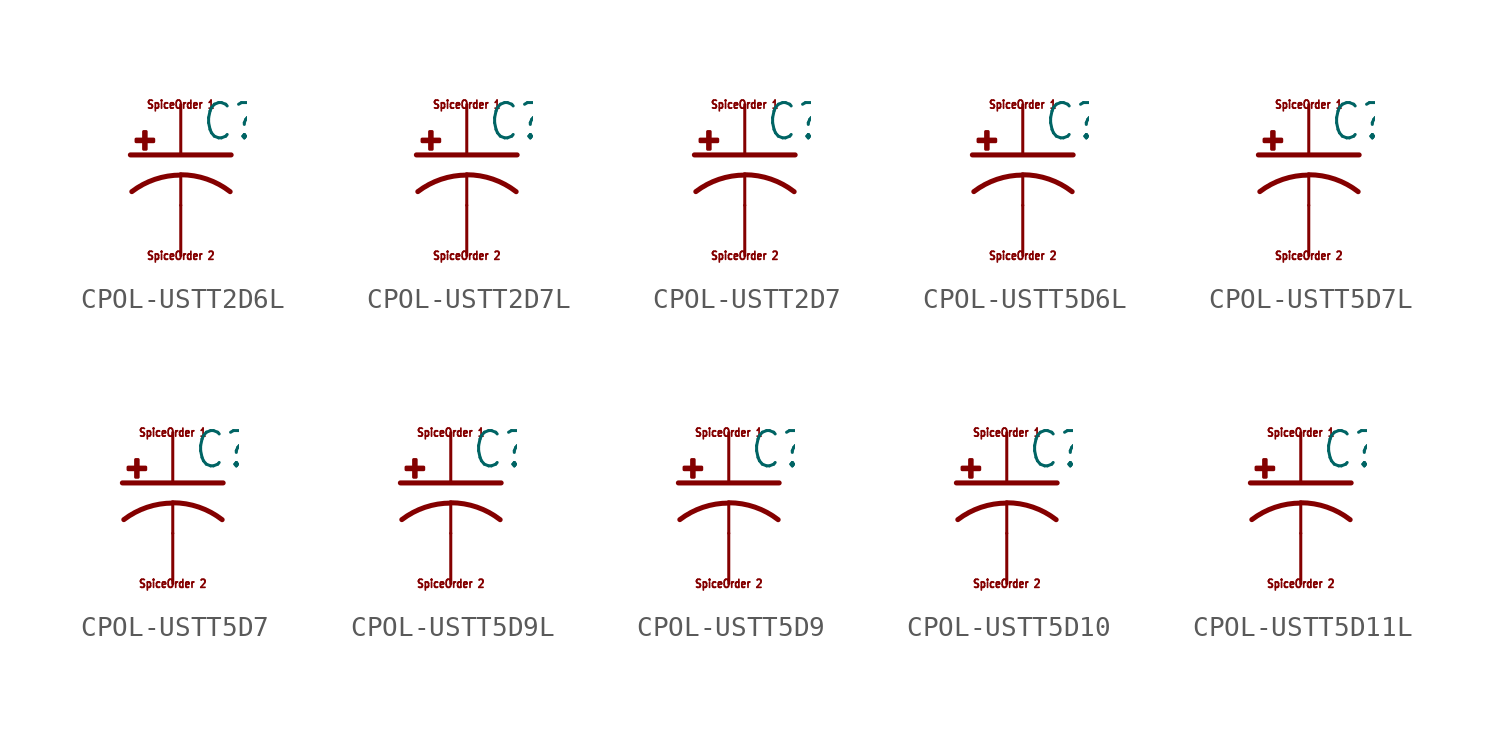
<source format=kicad_sym>
(kicad_symbol_lib
  (version 20231120)
  (generator "kicad_symbol_editor")
  (generator_version "8.0")
  (symbol "CPOL-USTT2D6L"
    (property "Reference" "C"
      (at 1.016 0.635 0)
      (effects (font (size 1.778 1.511)) (justify left bottom)))
    (property "Value" ""
      (at 1.016 -4.191 0)
      (effects (font (size 1.778 1.511)) (justify left bottom)))
    (property "ki_locked" ""
      (at 0 0 0)
      (effects (font (size 1.27 1.27))))
    (symbol "CPOL-USTT2D6L_1_0"
      (rectangle (start -2.253 0.668) (end -1.364 0.795) (stroke (width 0) (type default)) (fill (type outline)))
      (rectangle (start -1.872 0.287) (end -1.745 1.176) (stroke (width 0) (type default)) (fill (type outline)))
      (arc (start 0 -1.0161) (mid -1.3021 -1.2303) (end -2.4669 -1.8504) (stroke (width 0.254) (type solid)) (fill (type none)))
      (polyline (pts (xy -2.54 0) (xy 2.54 0)) (stroke (width 0.254) (type solid)) (fill (type none)))
      (polyline (pts (xy 0 -1.016) (xy 0 -2.54)) (stroke (width 0.152) (type solid)) (fill (type none)))
      (arc (start 2.4892 -1.8541) (mid 1.3158 -1.2194) (end 0 -1) (stroke (width 0.254) (type solid)) (fill (type none)))
      (text "SpiceOrder 1" (at 0 2.54 0) (effects (font (size 0.406 0.345))))
      (text "SpiceOrder 2" (at 0 -5.08 0) (effects (font (size 0.406 0.345))))
      (pin passive line (at 0 2.54 270) (length 2.54) (name "+" (effects (font (size 0 0)))) (number "+" (effects (font (size 0 0)))))
      (pin passive line (at 0 -5.08 90) (length 2.54) (name "-" (effects (font (size 0 0)))) (number "-" (effects (font (size 0 0)))))))
  (symbol "CPOL-USTT2D7L"
    (property "Reference" "C"
      (at 1.016 0.635 0)
      (effects (font (size 1.778 1.511)) (justify left bottom)))
    (property "Value" ""
      (at 1.016 -4.191 0)
      (effects (font (size 1.778 1.511)) (justify left bottom)))
    (property "ki_locked" ""
      (at 0 0 0)
      (effects (font (size 1.27 1.27))))
    (symbol "CPOL-USTT2D7L_1_0"
      (rectangle (start -2.253 0.668) (end -1.364 0.795) (stroke (width 0) (type default)) (fill (type outline)))
      (rectangle (start -1.872 0.287) (end -1.745 1.176) (stroke (width 0) (type default)) (fill (type outline)))
      (arc (start 0 -1.0161) (mid -1.3021 -1.2303) (end -2.4669 -1.8504) (stroke (width 0.254) (type solid)) (fill (type none)))
      (polyline (pts (xy -2.54 0) (xy 2.54 0)) (stroke (width 0.254) (type solid)) (fill (type none)))
      (polyline (pts (xy 0 -1.016) (xy 0 -2.54)) (stroke (width 0.152) (type solid)) (fill (type none)))
      (arc (start 2.4892 -1.8541) (mid 1.3158 -1.2194) (end 0 -1) (stroke (width 0.254) (type solid)) (fill (type none)))
      (text "SpiceOrder 1" (at 0 2.54 0) (effects (font (size 0.406 0.345))))
      (text "SpiceOrder 2" (at 0 -5.08 0) (effects (font (size 0.406 0.345))))
      (pin passive line (at 0 2.54 270) (length 2.54) (name "+" (effects (font (size 0 0)))) (number "+" (effects (font (size 0 0)))))
      (pin passive line (at 0 -5.08 90) (length 2.54) (name "-" (effects (font (size 0 0)))) (number "-" (effects (font (size 0 0)))))))
  (symbol "CPOL-USTT2D7"
    (property "Reference" "C"
      (at 1.016 0.635 0)
      (effects (font (size 1.778 1.511)) (justify left bottom)))
    (property "Value" ""
      (at 1.016 -4.191 0)
      (effects (font (size 1.778 1.511)) (justify left bottom)))
    (property "ki_locked" ""
      (at 0 0 0)
      (effects (font (size 1.27 1.27))))
    (symbol "CPOL-USTT2D7_1_0"
      (rectangle (start -2.253 0.668) (end -1.364 0.795) (stroke (width 0) (type default)) (fill (type outline)))
      (rectangle (start -1.872 0.287) (end -1.745 1.176) (stroke (width 0) (type default)) (fill (type outline)))
      (arc (start 0 -1.0161) (mid -1.3021 -1.2303) (end -2.4669 -1.8504) (stroke (width 0.254) (type solid)) (fill (type none)))
      (polyline (pts (xy -2.54 0) (xy 2.54 0)) (stroke (width 0.254) (type solid)) (fill (type none)))
      (polyline (pts (xy 0 -1.016) (xy 0 -2.54)) (stroke (width 0.152) (type solid)) (fill (type none)))
      (arc (start 2.4892 -1.8541) (mid 1.3158 -1.2194) (end 0 -1) (stroke (width 0.254) (type solid)) (fill (type none)))
      (text "SpiceOrder 1" (at 0 2.54 0) (effects (font (size 0.406 0.345))))
      (text "SpiceOrder 2" (at 0 -5.08 0) (effects (font (size 0.406 0.345))))
      (pin passive line (at 0 2.54 270) (length 2.54) (name "+" (effects (font (size 0 0)))) (number "+" (effects (font (size 0 0)))))
      (pin passive line (at 0 -5.08 90) (length 2.54) (name "-" (effects (font (size 0 0)))) (number "-" (effects (font (size 0 0)))))))
  (symbol "CPOL-USTT5D6L"
    (property "Reference" "C"
      (at 1.016 0.635 0)
      (effects (font (size 1.778 1.511)) (justify left bottom)))
    (property "Value" ""
      (at 1.016 -4.191 0)
      (effects (font (size 1.778 1.511)) (justify left bottom)))
    (property "ki_locked" ""
      (at 0 0 0)
      (effects (font (size 1.27 1.27))))
    (symbol "CPOL-USTT5D6L_1_0"
      (rectangle (start -2.253 0.668) (end -1.364 0.795) (stroke (width 0) (type default)) (fill (type outline)))
      (rectangle (start -1.872 0.287) (end -1.745 1.176) (stroke (width 0) (type default)) (fill (type outline)))
      (arc (start 0 -1.0161) (mid -1.3021 -1.2303) (end -2.4669 -1.8504) (stroke (width 0.254) (type solid)) (fill (type none)))
      (polyline (pts (xy -2.54 0) (xy 2.54 0)) (stroke (width 0.254) (type solid)) (fill (type none)))
      (polyline (pts (xy 0 -1.016) (xy 0 -2.54)) (stroke (width 0.152) (type solid)) (fill (type none)))
      (arc (start 2.4892 -1.8541) (mid 1.3158 -1.2194) (end 0 -1) (stroke (width 0.254) (type solid)) (fill (type none)))
      (text "SpiceOrder 1" (at 0 2.54 0) (effects (font (size 0.406 0.345))))
      (text "SpiceOrder 2" (at 0 -5.08 0) (effects (font (size 0.406 0.345))))
      (pin passive line (at 0 2.54 270) (length 2.54) (name "+" (effects (font (size 0 0)))) (number "+" (effects (font (size 0 0)))))
      (pin passive line (at 0 -5.08 90) (length 2.54) (name "-" (effects (font (size 0 0)))) (number "-" (effects (font (size 0 0)))))))
  (symbol "CPOL-USTT5D7L"
    (property "Reference" "C"
      (at 1.016 0.635 0)
      (effects (font (size 1.778 1.511)) (justify left bottom)))
    (property "Value" ""
      (at 1.016 -4.191 0)
      (effects (font (size 1.778 1.511)) (justify left bottom)))
    (property "ki_locked" ""
      (at 0 0 0)
      (effects (font (size 1.27 1.27))))
    (symbol "CPOL-USTT5D7L_1_0"
      (rectangle (start -2.253 0.668) (end -1.364 0.795) (stroke (width 0) (type default)) (fill (type outline)))
      (rectangle (start -1.872 0.287) (end -1.745 1.176) (stroke (width 0) (type default)) (fill (type outline)))
      (arc (start 0 -1.0161) (mid -1.3021 -1.2303) (end -2.4669 -1.8504) (stroke (width 0.254) (type solid)) (fill (type none)))
      (polyline (pts (xy -2.54 0) (xy 2.54 0)) (stroke (width 0.254) (type solid)) (fill (type none)))
      (polyline (pts (xy 0 -1.016) (xy 0 -2.54)) (stroke (width 0.152) (type solid)) (fill (type none)))
      (arc (start 2.4892 -1.8541) (mid 1.3158 -1.2194) (end 0 -1) (stroke (width 0.254) (type solid)) (fill (type none)))
      (text "SpiceOrder 1" (at 0 2.54 0) (effects (font (size 0.406 0.345))))
      (text "SpiceOrder 2" (at 0 -5.08 0) (effects (font (size 0.406 0.345))))
      (pin passive line (at 0 2.54 270) (length 2.54) (name "+" (effects (font (size 0 0)))) (number "+" (effects (font (size 0 0)))))
      (pin passive line (at 0 -5.08 90) (length 2.54) (name "-" (effects (font (size 0 0)))) (number "-" (effects (font (size 0 0)))))))
  (symbol "CPOL-USTT5D7"
    (property "Reference" "C"
      (at 1.016 0.635 0)
      (effects (font (size 1.778 1.511)) (justify left bottom)))
    (property "Value" ""
      (at 1.016 -4.191 0)
      (effects (font (size 1.778 1.511)) (justify left bottom)))
    (property "ki_locked" ""
      (at 0 0 0)
      (effects (font (size 1.27 1.27))))
    (symbol "CPOL-USTT5D7_1_0"
      (rectangle (start -2.253 0.668) (end -1.364 0.795) (stroke (width 0) (type default)) (fill (type outline)))
      (rectangle (start -1.872 0.287) (end -1.745 1.176) (stroke (width 0) (type default)) (fill (type outline)))
      (arc (start 0 -1.0161) (mid -1.3021 -1.2303) (end -2.4669 -1.8504) (stroke (width 0.254) (type solid)) (fill (type none)))
      (polyline (pts (xy -2.54 0) (xy 2.54 0)) (stroke (width 0.254) (type solid)) (fill (type none)))
      (polyline (pts (xy 0 -1.016) (xy 0 -2.54)) (stroke (width 0.152) (type solid)) (fill (type none)))
      (arc (start 2.4892 -1.8541) (mid 1.3158 -1.2194) (end 0 -1) (stroke (width 0.254) (type solid)) (fill (type none)))
      (text "SpiceOrder 1" (at 0 2.54 0) (effects (font (size 0.406 0.345))))
      (text "SpiceOrder 2" (at 0 -5.08 0) (effects (font (size 0.406 0.345))))
      (pin passive line (at 0 2.54 270) (length 2.54) (name "+" (effects (font (size 0 0)))) (number "+" (effects (font (size 0 0)))))
      (pin passive line (at 0 -5.08 90) (length 2.54) (name "-" (effects (font (size 0 0)))) (number "-" (effects (font (size 0 0)))))))
  (symbol "CPOL-USTT5D9L"
    (property "Reference" "C"
      (at 1.016 0.635 0)
      (effects (font (size 1.778 1.511)) (justify left bottom)))
    (property "Value" ""
      (at 1.016 -4.191 0)
      (effects (font (size 1.778 1.511)) (justify left bottom)))
    (property "ki_locked" ""
      (at 0 0 0)
      (effects (font (size 1.27 1.27))))
    (symbol "CPOL-USTT5D9L_1_0"
      (rectangle (start -2.253 0.668) (end -1.364 0.795) (stroke (width 0) (type default)) (fill (type outline)))
      (rectangle (start -1.872 0.287) (end -1.745 1.176) (stroke (width 0) (type default)) (fill (type outline)))
      (arc (start 0 -1.0161) (mid -1.3021 -1.2303) (end -2.4669 -1.8504) (stroke (width 0.254) (type solid)) (fill (type none)))
      (polyline (pts (xy -2.54 0) (xy 2.54 0)) (stroke (width 0.254) (type solid)) (fill (type none)))
      (polyline (pts (xy 0 -1.016) (xy 0 -2.54)) (stroke (width 0.152) (type solid)) (fill (type none)))
      (arc (start 2.4892 -1.8541) (mid 1.3158 -1.2194) (end 0 -1) (stroke (width 0.254) (type solid)) (fill (type none)))
      (text "SpiceOrder 1" (at 0 2.54 0) (effects (font (size 0.406 0.345))))
      (text "SpiceOrder 2" (at 0 -5.08 0) (effects (font (size 0.406 0.345))))
      (pin passive line (at 0 2.54 270) (length 2.54) (name "+" (effects (font (size 0 0)))) (number "+" (effects (font (size 0 0)))))
      (pin passive line (at 0 -5.08 90) (length 2.54) (name "-" (effects (font (size 0 0)))) (number "-" (effects (font (size 0 0)))))))
  (symbol "CPOL-USTT5D9"
    (property "Reference" "C"
      (at 1.016 0.635 0)
      (effects (font (size 1.778 1.511)) (justify left bottom)))
    (property "Value" ""
      (at 1.016 -4.191 0)
      (effects (font (size 1.778 1.511)) (justify left bottom)))
    (property "ki_locked" ""
      (at 0 0 0)
      (effects (font (size 1.27 1.27))))
    (symbol "CPOL-USTT5D9_1_0"
      (rectangle (start -2.253 0.668) (end -1.364 0.795) (stroke (width 0) (type default)) (fill (type outline)))
      (rectangle (start -1.872 0.287) (end -1.745 1.176) (stroke (width 0) (type default)) (fill (type outline)))
      (arc (start 0 -1.0161) (mid -1.3021 -1.2303) (end -2.4669 -1.8504) (stroke (width 0.254) (type solid)) (fill (type none)))
      (polyline (pts (xy -2.54 0) (xy 2.54 0)) (stroke (width 0.254) (type solid)) (fill (type none)))
      (polyline (pts (xy 0 -1.016) (xy 0 -2.54)) (stroke (width 0.152) (type solid)) (fill (type none)))
      (arc (start 2.4892 -1.8541) (mid 1.3158 -1.2194) (end 0 -1) (stroke (width 0.254) (type solid)) (fill (type none)))
      (text "SpiceOrder 1" (at 0 2.54 0) (effects (font (size 0.406 0.345))))
      (text "SpiceOrder 2" (at 0 -5.08 0) (effects (font (size 0.406 0.345))))
      (pin passive line (at 0 2.54 270) (length 2.54) (name "+" (effects (font (size 0 0)))) (number "+" (effects (font (size 0 0)))))
      (pin passive line (at 0 -5.08 90) (length 2.54) (name "-" (effects (font (size 0 0)))) (number "-" (effects (font (size 0 0)))))))
  (symbol "CPOL-USTT5D10"
    (property "Reference" "C"
      (at 1.016 0.635 0)
      (effects (font (size 1.778 1.511)) (justify left bottom)))
    (property "Value" ""
      (at 1.016 -4.191 0)
      (effects (font (size 1.778 1.511)) (justify left bottom)))
    (property "ki_locked" ""
      (at 0 0 0)
      (effects (font (size 1.27 1.27))))
    (symbol "CPOL-USTT5D10_1_0"
      (rectangle (start -2.253 0.668) (end -1.364 0.795) (stroke (width 0) (type default)) (fill (type outline)))
      (rectangle (start -1.872 0.287) (end -1.745 1.176) (stroke (width 0) (type default)) (fill (type outline)))
      (arc (start 0 -1.0161) (mid -1.3021 -1.2303) (end -2.4669 -1.8504) (stroke (width 0.254) (type solid)) (fill (type none)))
      (polyline (pts (xy -2.54 0) (xy 2.54 0)) (stroke (width 0.254) (type solid)) (fill (type none)))
      (polyline (pts (xy 0 -1.016) (xy 0 -2.54)) (stroke (width 0.152) (type solid)) (fill (type none)))
      (arc (start 2.4892 -1.8541) (mid 1.3158 -1.2194) (end 0 -1) (stroke (width 0.254) (type solid)) (fill (type none)))
      (text "SpiceOrder 1" (at 0 2.54 0) (effects (font (size 0.406 0.345))))
      (text "SpiceOrder 2" (at 0 -5.08 0) (effects (font (size 0.406 0.345))))
      (pin passive line (at 0 2.54 270) (length 2.54) (name "+" (effects (font (size 0 0)))) (number "+" (effects (font (size 0 0)))))
      (pin passive line (at 0 -5.08 90) (length 2.54) (name "-" (effects (font (size 0 0)))) (number "-" (effects (font (size 0 0)))))))
  (symbol "CPOL-USTT5D11L"
    (property "Reference" "C"
      (at 1.016 0.635 0)
      (effects (font (size 1.778 1.511)) (justify left bottom)))
    (property "Value" ""
      (at 1.016 -4.191 0)
      (effects (font (size 1.778 1.511)) (justify left bottom)))
    (property "ki_locked" ""
      (at 0 0 0)
      (effects (font (size 1.27 1.27))))
    (symbol "CPOL-USTT5D11L_1_0"
      (rectangle (start -2.253 0.668) (end -1.364 0.795) (stroke (width 0) (type default)) (fill (type outline)))
      (rectangle (start -1.872 0.287) (end -1.745 1.176) (stroke (width 0) (type default)) (fill (type outline)))
      (arc (start 0 -1.0161) (mid -1.3021 -1.2303) (end -2.4669 -1.8504) (stroke (width 0.254) (type solid)) (fill (type none)))
      (polyline (pts (xy -2.54 0) (xy 2.54 0)) (stroke (width 0.254) (type solid)) (fill (type none)))
      (polyline (pts (xy 0 -1.016) (xy 0 -2.54)) (stroke (width 0.152) (type solid)) (fill (type none)))
      (arc (start 2.4892 -1.8541) (mid 1.3158 -1.2194) (end 0 -1) (stroke (width 0.254) (type solid)) (fill (type none)))
      (text "SpiceOrder 1" (at 0 2.54 0) (effects (font (size 0.406 0.345))))
      (text "SpiceOrder 2" (at 0 -5.08 0) (effects (font (size 0.406 0.345))))
      (pin passive line (at 0 2.54 270) (length 2.54) (name "+" (effects (font (size 0 0)))) (number "+" (effects (font (size 0 0)))))
      (pin passive line (at 0 -5.08 90) (length 2.54) (name "-" (effects (font (size 0 0)))) (number "-" (effects (font (size 0 0))))))))
</source>
